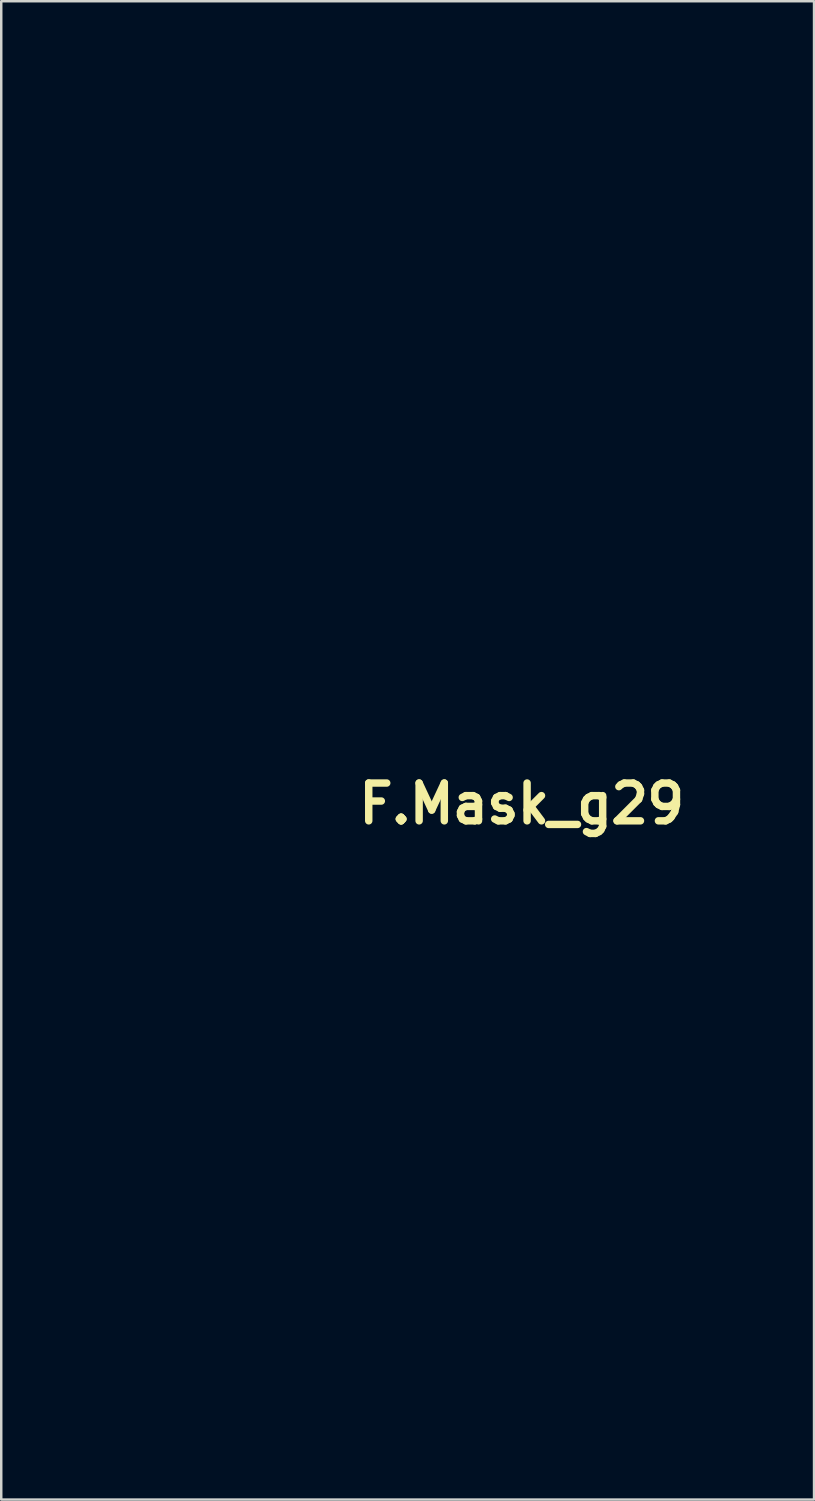
<source format=kicad_pcb>
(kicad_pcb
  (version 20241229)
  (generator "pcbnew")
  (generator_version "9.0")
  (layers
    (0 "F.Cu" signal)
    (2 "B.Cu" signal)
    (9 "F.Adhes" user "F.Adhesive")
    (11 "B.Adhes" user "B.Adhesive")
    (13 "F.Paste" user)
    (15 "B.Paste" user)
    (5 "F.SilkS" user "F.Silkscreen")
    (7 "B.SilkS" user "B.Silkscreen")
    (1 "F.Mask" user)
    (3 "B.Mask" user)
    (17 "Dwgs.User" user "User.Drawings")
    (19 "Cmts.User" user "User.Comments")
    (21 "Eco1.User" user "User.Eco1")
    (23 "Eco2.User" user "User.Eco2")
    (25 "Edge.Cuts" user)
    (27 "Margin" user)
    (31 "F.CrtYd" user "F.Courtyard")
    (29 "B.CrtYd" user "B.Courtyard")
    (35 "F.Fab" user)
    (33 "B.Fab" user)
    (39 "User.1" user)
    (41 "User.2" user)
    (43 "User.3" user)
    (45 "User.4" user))
  (footprint "F.Mask_g29"
    (layer "F.Cu")
    (at 17.989 29.363)
    (property "Reference" "F.Mask_g29" (at 0 0 0) (layer "F.SilkS") (effects (font (size 1.524 1.524) (thickness 0.3))))
    (attr through_hole)
    (fp_poly (pts (xy 2.656 -13.096) (xy 2.748 -13.037) (xy 2.755 -13.031) (xy 2.824 -12.957) (xy 2.931 -12.833) (xy 3.061 -12.676) (xy 3.202 -12.503) (xy 3.339 -12.33) (xy 3.458 -12.174) (xy 3.547 -12.054) (xy 3.572 -12.017) (xy 3.644 -11.905) (xy 3.357 -11.718) (xy 3.1 -11.556) (xy 2.781 -11.367) (xy 2.414 -11.157) (xy 2.015 -10.934) (xy 1.597 -10.707) (xy 1.175 -10.484) (xy 0.764 -10.272) (xy 0.378 -10.08) (xy 0.233 -10.009) (xy -1.258 -9.341) (xy -2.774 -8.753) (xy -4.314 -8.247) (xy -5.878 -7.822) (xy -7.464 -7.478) (xy -9.072 -7.216) (xy -10.701 -7.036) (xy -11.366 -6.986) (xy -11.563 -6.976) (xy -11.81 -6.967) (xy -12.093 -6.96) (xy -12.4 -6.954) (xy -12.72 -6.95) (xy -13.04 -6.947) (xy -13.349 -6.946) (xy -13.634 -6.947) (xy -13.883 -6.95) (xy -14.084 -6.955) (xy -14.226 -6.961) (xy -14.296 -6.97) (xy -14.298 -6.971) (xy -14.347 -7.022) (xy -14.351 -7.041) (xy -14.325 -7.089) (xy -14.254 -7.19) (xy -14.146 -7.332) (xy -14.012 -7.501) (xy -13.916 -7.62) (xy -13.482 -8.149) (xy -12.636 -8.2) (xy -11.636 -8.271) (xy -10.7 -8.36) (xy -9.807 -8.47) (xy -8.939 -8.604) (xy -8.074 -8.764) (xy -8.065 -8.765) (xy -6.532 -9.113) (xy -5.032 -9.536) (xy -3.561 -10.037) (xy -2.116 -10.616) (xy -0.693 -11.275) (xy 0.711 -12.016) (xy 1.859 -12.691) (xy 2.073 -12.821) (xy 2.265 -12.936) (xy 2.422 -13.027) (xy 2.532 -13.088) (xy 2.58 -13.111) (xy 2.656 -13.096)) (stroke (width 0.01) (type solid)) (fill yes) (layer "F.Mask"))
    (fp_poly (pts (xy 6.385 1.937) (xy 6.484 2.024) (xy 6.611 2.154) (xy 6.756 2.314) (xy 6.907 2.491) (xy 7.054 2.673) (xy 7.186 2.846) (xy 7.29 2.998) (xy 7.347 3.095) (xy 7.406 3.209) (xy 7.016 3.38) (xy 6.69 3.517) (xy 6.297 3.676) (xy 5.852 3.851) (xy 5.369 4.036) (xy 4.861 4.227) (xy 4.342 4.418) (xy 3.826 4.604) (xy 3.328 4.781) (xy 2.861 4.942) (xy 2.44 5.083) (xy 2.077 5.199) (xy 2.011 5.22) (xy 1.301 5.428) (xy 0.536 5.64) (xy -0.268 5.852) (xy -1.094 6.058) (xy -1.923 6.256) (xy -2.74 6.44) (xy -3.526 6.607) (xy -4.264 6.753) (xy -4.847 6.858) (xy -5.867 7.018) (xy -6.948 7.159) (xy -8.065 7.281) (xy -9.195 7.38) (xy -10.316 7.454) (xy -11.404 7.502) (xy -11.917 7.515) (xy -12.244 7.521) (xy -12.565 7.528) (xy -12.863 7.535) (xy -13.122 7.541) (xy -13.327 7.546) (xy -13.441 7.549) (xy -13.587 7.552) (xy -13.801 7.551) (xy -14.069 7.549) (xy -14.374 7.545) (xy -14.7 7.538) (xy -15.007 7.531) (xy -15.388 7.519) (xy -15.76 7.505) (xy -16.113 7.489) (xy -16.439 7.472) (xy -16.727 7.454) (xy -16.968 7.436) (xy -17.151 7.418) (xy -17.267 7.401) (xy -17.305 7.389) (xy -17.298 7.338) (xy -17.239 7.226) (xy -17.13 7.057) (xy -16.975 6.836) (xy -16.775 6.566) (xy -16.687 6.45) (xy -16.264 5.898) (xy -13.688 5.871) (xy -12.85 5.861) (xy -12.086 5.848) (xy -11.389 5.832) (xy -10.748 5.813) (xy -10.155 5.789) (xy -9.6 5.76) (xy -9.073 5.725) (xy -8.566 5.685) (xy -8.068 5.637) (xy -7.572 5.582) (xy -7.066 5.518) (xy -6.543 5.446) (xy -5.992 5.365) (xy -5.779 5.332) (xy -4.109 5.043) (xy -2.428 4.692) (xy -0.75 4.285) (xy 0.91 3.825) (xy 2.539 3.316) (xy 4.121 2.763) (xy 5.641 2.168) (xy 5.71 2.14) (xy 5.915 2.056) (xy 6.094 1.986) (xy 6.231 1.934) (xy 6.312 1.907) (xy 6.325 1.905) (xy 6.385 1.937)) (stroke (width 0.01) (type solid)) (fill yes) (layer "F.Mask"))
    (fp_poly (pts (xy 7.944 20.329) (xy 7.983 20.375) (xy 8.06 20.479) (xy 8.166 20.629) (xy 8.294 20.814) (xy 8.407 20.982) (xy 8.561 21.213) (xy 8.671 21.386) (xy 8.741 21.509) (xy 8.778 21.592) (xy 8.785 21.645) (xy 8.778 21.667) (xy 8.713 21.715) (xy 8.572 21.78) (xy 8.36 21.859) (xy 8.085 21.952) (xy 7.752 22.056) (xy 7.367 22.17) (xy 6.937 22.292) (xy 6.468 22.421) (xy 5.966 22.556) (xy 5.438 22.693) (xy 4.889 22.832) (xy 4.326 22.972) (xy 3.755 23.11) (xy 3.182 23.244) (xy 2.614 23.374) (xy 2.057 23.498) (xy 1.517 23.613) (xy 1 23.719) (xy 0.96 23.727) (xy 0.077 23.895) (xy -0.84 24.057) (xy -1.776 24.21) (xy -2.72 24.353) (xy -3.661 24.485) (xy -4.586 24.604) (xy -5.482 24.708) (xy -6.339 24.796) (xy -7.143 24.866) (xy -7.883 24.917) (xy -8.191 24.933) (xy -8.653 24.952) (xy -9.164 24.97) (xy -9.716 24.986) (xy -10.3 25.001) (xy -10.909 25.014) (xy -11.536 25.026) (xy -12.171 25.035) (xy -12.808 25.043) (xy -13.439 25.049) (xy -14.054 25.054) (xy -14.648 25.056) (xy -15.211 25.056) (xy -15.735 25.054) (xy -16.214 25.049) (xy -16.638 25.043) (xy -17 25.034) (xy -17.293 25.022) (xy -17.483 25.011) (xy -17.676 24.994) (xy -17.835 24.978) (xy -17.944 24.965) (xy -17.984 24.956) (xy -17.965 24.919) (xy -17.905 24.826) (xy -17.812 24.689) (xy -17.696 24.521) (xy -17.564 24.332) (xy -17.425 24.137) (xy -17.289 23.946) (xy -17.163 23.772) (xy -17.057 23.628) (xy -16.978 23.525) (xy -16.936 23.476) (xy -16.934 23.474) (xy -16.887 23.471) (xy -16.763 23.467) (xy -16.567 23.463) (xy -16.306 23.459) (xy -15.987 23.455) (xy -15.616 23.451) (xy -15.2 23.447) (xy -14.746 23.444) (xy -14.261 23.44) (xy -13.75 23.437) (xy -13.71 23.437) (xy -13.006 23.433) (xy -12.376 23.428) (xy -11.812 23.421) (xy -11.305 23.413) (xy -10.844 23.404) (xy -10.421 23.392) (xy -10.026 23.378) (xy -9.65 23.362) (xy -9.282 23.342) (xy -8.915 23.319) (xy -8.538 23.293) (xy -8.141 23.262) (xy -8.128 23.261) (xy -6.134 23.082) (xy -4.205 22.865) (xy -2.328 22.607) (xy -0.491 22.307) (xy 1.318 21.961) (xy 3.111 21.569) (xy 4.901 21.127) (xy 6.668 20.643) (xy 7.04 20.538) (xy 7.356 20.452) (xy 7.609 20.388) (xy 7.795 20.345) (xy 7.909 20.327) (xy 7.944 20.329)) (stroke (width 0.01) (type solid)) (fill yes) (layer "F.Mask"))
    (fp_poly (pts (xy -3.384 -29.32) (xy -3.341 -29.211) (xy -3.28 -29.042) (xy -3.203 -28.822) (xy -3.116 -28.564) (xy -3.02 -28.276) (xy -3.007 -28.236) (xy -2.836 -27.719) (xy -2.689 -27.278) (xy -2.562 -26.909) (xy -2.454 -26.607) (xy -2.365 -26.367) (xy -2.291 -26.186) (xy -2.231 -26.058) (xy -2.184 -25.979) (xy -2.15 -25.946) (xy -2.064 -25.922) (xy -1.9 -25.9) (xy -1.669 -25.88) (xy -1.378 -25.862) (xy -1.036 -25.847) (xy -0.65 -25.836) (xy -0.23 -25.828) (xy 0.217 -25.825) (xy 0.307 -25.824) (xy 0.607 -25.823) (xy 0.876 -25.82) (xy 1.105 -25.814) (xy 1.282 -25.808) (xy 1.397 -25.8) (xy 1.438 -25.792) (xy 1.438 -25.792) (xy 1.405 -25.76) (xy 1.311 -25.685) (xy 1.166 -25.574) (xy 0.978 -25.434) (xy 0.755 -25.27) (xy 0.507 -25.09) (xy 0.454 -25.051) (xy 0.015 -24.733) (xy -0.358 -24.46) (xy -0.667 -24.228) (xy -0.917 -24.036) (xy -1.11 -23.88) (xy -1.251 -23.757) (xy -1.343 -23.665) (xy -1.39 -23.6) (xy -1.397 -23.574) (xy -1.388 -23.489) (xy -1.359 -23.351) (xy -1.31 -23.156) (xy -1.24 -22.899) (xy -1.146 -22.575) (xy -1.028 -22.181) (xy -0.885 -21.711) (xy -0.872 -21.667) (xy -0.751 -21.273) (xy -0.655 -20.954) (xy -0.581 -20.701) (xy -0.528 -20.509) (xy -0.493 -20.37) (xy -0.477 -20.279) (xy -0.476 -20.227) (xy -0.489 -20.208) (xy -0.513 -20.215) (xy -0.628 -20.287) (xy -0.802 -20.402) (xy -1.023 -20.552) (xy -1.28 -20.729) (xy -1.563 -20.927) (xy -1.86 -21.138) (xy -1.905 -21.169) (xy -2.214 -21.387) (xy -2.505 -21.587) (xy -2.769 -21.765) (xy -2.998 -21.914) (xy -3.185 -22.029) (xy -3.321 -22.106) (xy -3.398 -22.139) (xy -3.406 -22.14) (xy -3.468 -22.116) (xy -3.591 -22.046) (xy -3.77 -21.934) (xy -3.998 -21.784) (xy -4.268 -21.602) (xy -4.575 -21.39) (xy -4.911 -21.154) (xy -5.237 -20.922) (xy -5.561 -20.691) (xy -5.823 -20.507) (xy -6.028 -20.367) (xy -6.181 -20.268) (xy -6.289 -20.206) (xy -6.356 -20.177) (xy -6.388 -20.179) (xy -6.392 -20.192) (xy -6.38 -20.242) (xy -6.345 -20.363) (xy -6.29 -20.544) (xy -6.219 -20.775) (xy -6.135 -21.046) (xy -6.04 -21.347) (xy -5.994 -21.495) (xy -5.843 -21.972) (xy -5.718 -22.374) (xy -5.615 -22.707) (xy -5.534 -22.977) (xy -5.472 -23.19) (xy -5.429 -23.353) (xy -5.401 -23.47) (xy -5.389 -23.548) (xy -5.389 -23.592) (xy -5.391 -23.598) (xy -5.438 -23.657) (xy -5.548 -23.758) (xy -5.714 -23.897) (xy -5.93 -24.069) (xy -6.188 -24.269) (xy -6.483 -24.492) (xy -6.807 -24.732) (xy -7.155 -24.985) (xy -7.518 -25.245) (xy -7.862 -25.487) (xy -8.017 -25.599) (xy -8.144 -25.694) (xy -8.227 -25.763) (xy -8.253 -25.792) (xy -8.214 -25.803) (xy -8.106 -25.813) (xy -7.944 -25.82) (xy -7.744 -25.823) (xy -7.696 -25.823) (xy -7.453 -25.825) (xy -7.17 -25.83) (xy -6.859 -25.838) (xy -6.53 -25.847) (xy -6.195 -25.859) (xy -5.864 -25.872) (xy -5.55 -25.885) (xy -5.263 -25.9) (xy -5.015 -25.913) (xy -4.818 -25.927) (xy -4.681 -25.939) (xy -4.617 -25.95) (xy -4.615 -25.951) (xy -4.587 -25.998) (xy -4.536 -26.119) (xy -4.465 -26.307) (xy -4.375 -26.553) (xy -4.271 -26.85) (xy -4.153 -27.192) (xy -4.025 -27.571) (xy -3.992 -27.672) (xy -3.872 -28.032) (xy -3.76 -28.365) (xy -3.657 -28.664) (xy -3.569 -28.92) (xy -3.496 -29.125) (xy -3.442 -29.27) (xy -3.411 -29.347) (xy -3.404 -29.358) (xy -3.384 -29.32)) (stroke (width 0.01) (type solid)) (fill yes) (layer "F.Mask")))
  (gr_rect
    (start -3 -3)
    (end 29.779 57.424)
    (stroke (width 0.1) (type default))
    (fill no)
    (layer "Edge.Cuts")))
</source>
